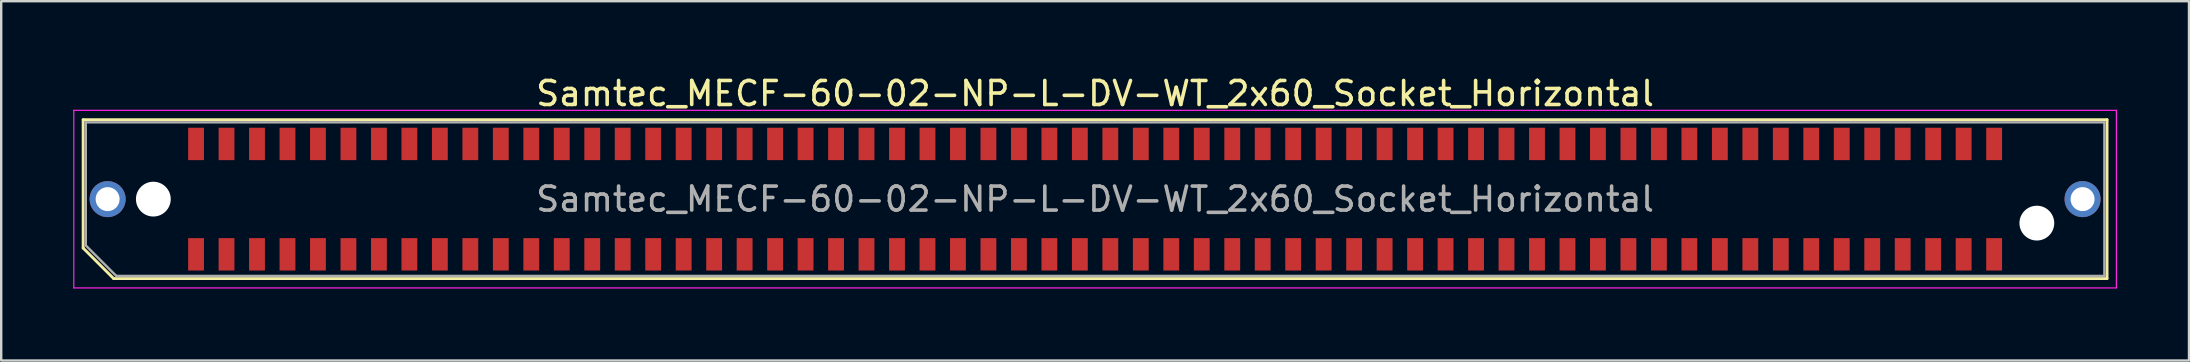
<source format=kicad_pcb>
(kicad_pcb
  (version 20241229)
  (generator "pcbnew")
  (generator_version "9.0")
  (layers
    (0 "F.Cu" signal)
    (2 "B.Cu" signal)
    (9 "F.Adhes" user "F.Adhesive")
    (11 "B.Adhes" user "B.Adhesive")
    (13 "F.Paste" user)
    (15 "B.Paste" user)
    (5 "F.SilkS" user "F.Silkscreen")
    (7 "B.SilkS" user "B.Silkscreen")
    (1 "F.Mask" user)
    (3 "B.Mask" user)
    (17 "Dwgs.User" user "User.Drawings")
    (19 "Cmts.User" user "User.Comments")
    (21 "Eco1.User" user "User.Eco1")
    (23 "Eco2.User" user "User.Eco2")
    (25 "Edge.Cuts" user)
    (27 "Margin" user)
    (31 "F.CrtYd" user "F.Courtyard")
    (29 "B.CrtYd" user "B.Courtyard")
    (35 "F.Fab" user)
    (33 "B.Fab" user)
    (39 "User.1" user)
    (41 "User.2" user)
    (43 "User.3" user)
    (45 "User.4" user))
  (footprint "Samtec_MECF-60-02-NP-L-DV-WT_2x60_Socket_Horizontal"
    (layer "F.Cu")
    (at 42.585 5.248)
    (property "Reference" "Samtec_MECF-60-02-NP-L-DV-WT_2x60_Socket_Horizontal" (at 0 -4.4 0) (layer "F.SilkS") (effects (font (size 1 1) (thickness 0.15))))
    (attr smd)
    (fp_line (start -42.17 -3.31) (end 42.17 -3.31) (stroke (width 0.12) (type solid)) (layer "F.SilkS"))
    (fp_line (start -42.17 2.04) (end -42.17 -3.31) (stroke (width 0.12) (type solid)) (layer "F.SilkS"))
    (fp_line (start -40.9 3.31) (end -42.17 2.04) (stroke (width 0.12) (type solid)) (layer "F.SilkS"))
    (fp_line (start -40.9 3.31) (end 42.17 3.31) (stroke (width 0.12) (type solid)) (layer "F.SilkS"))
    (fp_line (start 42.17 3.31) (end 42.17 -3.31) (stroke (width 0.12) (type solid)) (layer "F.SilkS"))
    (fp_line (start -42.56 -3.7) (end -42.56 3.7) (stroke (width 0.05) (type solid)) (layer "F.CrtYd"))
    (fp_line (start -42.56 3.7) (end 42.56 3.7) (stroke (width 0.05) (type solid)) (layer "F.CrtYd"))
    (fp_line (start 42.56 -3.7) (end -42.56 -3.7) (stroke (width 0.05) (type solid)) (layer "F.CrtYd"))
    (fp_line (start 42.56 3.7) (end 42.56 -3.7) (stroke (width 0.05) (type solid)) (layer "F.CrtYd"))
    (fp_line (start -42.06 -3.2) (end 42.06 -3.2) (stroke (width 0.1) (type solid)) (layer "F.Fab"))
    (fp_line (start -42.06 1.93) (end -42.06 -3.2) (stroke (width 0.1) (type solid)) (layer "F.Fab"))
    (fp_line (start -42.06 1.93) (end -40.79 3.2) (stroke (width 0.1) (type solid)) (layer "F.Fab"))
    (fp_line (start -40.79 3.2) (end 42.06 3.2) (stroke (width 0.1) (type solid)) (layer "F.Fab"))
    (fp_line (start 42.06 3.2) (end 42.06 -3.2) (stroke (width 0.1) (type solid)) (layer "F.Fab"))
    (fp_text user "${REFERENCE}" (at 0 0 0) (layer "F.Fab") (effects (font (size 1 1) (thickness 0.15))))
    (pad "" thru_hole circle (at -41.15 0) (size 1.5 1.5) (drill 1) (layers "*.Cu" "*.Mask"))
    (pad "" np_thru_hole circle (at -39.245 0) (size 1.45 1.45) (drill 1.45) (layers "*.Cu" "*.Mask"))
    (pad "" np_thru_hole circle (at 39.245 1) (size 1.45 1.45) (drill 1.45) (layers "*.Cu" "*.Mask"))
    (pad "" thru_hole circle (at 41.15 0) (size 1.5 1.5) (drill 1) (layers "*.Cu" "*.Mask"))
    (pad "1" smd rect (at -37.465 2.3) (size 0.66 1.35) (layers "F.Cu" "F.Mask" "F.Paste"))
    (pad "2" smd rect (at -37.465 -2.3) (size 0.66 1.35) (layers "F.Cu" "F.Mask" "F.Paste"))
    (pad "3" smd rect (at -36.195 2.3) (size 0.66 1.35) (layers "F.Cu" "F.Mask" "F.Paste"))
    (pad "4" smd rect (at -36.195 -2.3) (size 0.66 1.35) (layers "F.Cu" "F.Mask" "F.Paste"))
    (pad "5" smd rect (at -34.925 2.3) (size 0.66 1.35) (layers "F.Cu" "F.Mask" "F.Paste"))
    (pad "6" smd rect (at -34.925 -2.3) (size 0.66 1.35) (layers "F.Cu" "F.Mask" "F.Paste"))
    (pad "7" smd rect (at -33.655 2.3) (size 0.66 1.35) (layers "F.Cu" "F.Mask" "F.Paste"))
    (pad "8" smd rect (at -33.655 -2.3) (size 0.66 1.35) (layers "F.Cu" "F.Mask" "F.Paste"))
    (pad "9" smd rect (at -32.385 2.3) (size 0.66 1.35) (layers "F.Cu" "F.Mask" "F.Paste"))
    (pad "10" smd rect (at -32.385 -2.3) (size 0.66 1.35) (layers "F.Cu" "F.Mask" "F.Paste"))
    (pad "11" smd rect (at -31.115 2.3) (size 0.66 1.35) (layers "F.Cu" "F.Mask" "F.Paste"))
    (pad "12" smd rect (at -31.115 -2.3) (size 0.66 1.35) (layers "F.Cu" "F.Mask" "F.Paste"))
    (pad "13" smd rect (at -29.845 2.3) (size 0.66 1.35) (layers "F.Cu" "F.Mask" "F.Paste"))
    (pad "14" smd rect (at -29.845 -2.3) (size 0.66 1.35) (layers "F.Cu" "F.Mask" "F.Paste"))
    (pad "15" smd rect (at -28.575 2.3) (size 0.66 1.35) (layers "F.Cu" "F.Mask" "F.Paste"))
    (pad "16" smd rect (at -28.575 -2.3) (size 0.66 1.35) (layers "F.Cu" "F.Mask" "F.Paste"))
    (pad "17" smd rect (at -27.305 2.3) (size 0.66 1.35) (layers "F.Cu" "F.Mask" "F.Paste"))
    (pad "18" smd rect (at -27.305 -2.3) (size 0.66 1.35) (layers "F.Cu" "F.Mask" "F.Paste"))
    (pad "19" smd rect (at -26.035 2.3) (size 0.66 1.35) (layers "F.Cu" "F.Mask" "F.Paste"))
    (pad "20" smd rect (at -26.035 -2.3) (size 0.66 1.35) (layers "F.Cu" "F.Mask" "F.Paste"))
    (pad "21" smd rect (at -24.765 2.3) (size 0.66 1.35) (layers "F.Cu" "F.Mask" "F.Paste"))
    (pad "22" smd rect (at -24.765 -2.3) (size 0.66 1.35) (layers "F.Cu" "F.Mask" "F.Paste"))
    (pad "23" smd rect (at -23.495 2.3) (size 0.66 1.35) (layers "F.Cu" "F.Mask" "F.Paste"))
    (pad "24" smd rect (at -23.495 -2.3) (size 0.66 1.35) (layers "F.Cu" "F.Mask" "F.Paste"))
    (pad "25" smd rect (at -22.225 2.3) (size 0.66 1.35) (layers "F.Cu" "F.Mask" "F.Paste"))
    (pad "26" smd rect (at -22.225 -2.3) (size 0.66 1.35) (layers "F.Cu" "F.Mask" "F.Paste"))
    (pad "27" smd rect (at -20.955 2.3) (size 0.66 1.35) (layers "F.Cu" "F.Mask" "F.Paste"))
    (pad "28" smd rect (at -20.955 -2.3) (size 0.66 1.35) (layers "F.Cu" "F.Mask" "F.Paste"))
    (pad "29" smd rect (at -19.685 2.3) (size 0.66 1.35) (layers "F.Cu" "F.Mask" "F.Paste"))
    (pad "30" smd rect (at -19.685 -2.3) (size 0.66 1.35) (layers "F.Cu" "F.Mask" "F.Paste"))
    (pad "31" smd rect (at -18.415 2.3) (size 0.66 1.35) (layers "F.Cu" "F.Mask" "F.Paste"))
    (pad "32" smd rect (at -18.415 -2.3) (size 0.66 1.35) (layers "F.Cu" "F.Mask" "F.Paste"))
    (pad "33" smd rect (at -17.145 2.3) (size 0.66 1.35) (layers "F.Cu" "F.Mask" "F.Paste"))
    (pad "34" smd rect (at -17.145 -2.3) (size 0.66 1.35) (layers "F.Cu" "F.Mask" "F.Paste"))
    (pad "35" smd rect (at -15.875 2.3) (size 0.66 1.35) (layers "F.Cu" "F.Mask" "F.Paste"))
    (pad "36" smd rect (at -15.875 -2.3) (size 0.66 1.35) (layers "F.Cu" "F.Mask" "F.Paste"))
    (pad "37" smd rect (at -14.605 2.3) (size 0.66 1.35) (layers "F.Cu" "F.Mask" "F.Paste"))
    (pad "38" smd rect (at -14.605 -2.3) (size 0.66 1.35) (layers "F.Cu" "F.Mask" "F.Paste"))
    (pad "39" smd rect (at -13.335 2.3) (size 0.66 1.35) (layers "F.Cu" "F.Mask" "F.Paste"))
    (pad "40" smd rect (at -13.335 -2.3) (size 0.66 1.35) (layers "F.Cu" "F.Mask" "F.Paste"))
    (pad "41" smd rect (at -12.065 2.3) (size 0.66 1.35) (layers "F.Cu" "F.Mask" "F.Paste"))
    (pad "42" smd rect (at -12.065 -2.3) (size 0.66 1.35) (layers "F.Cu" "F.Mask" "F.Paste"))
    (pad "43" smd rect (at -10.795 2.3) (size 0.66 1.35) (layers "F.Cu" "F.Mask" "F.Paste"))
    (pad "44" smd rect (at -10.795 -2.3) (size 0.66 1.35) (layers "F.Cu" "F.Mask" "F.Paste"))
    (pad "45" smd rect (at -9.525 2.3) (size 0.66 1.35) (layers "F.Cu" "F.Mask" "F.Paste"))
    (pad "46" smd rect (at -9.525 -2.3) (size 0.66 1.35) (layers "F.Cu" "F.Mask" "F.Paste"))
    (pad "47" smd rect (at -8.255 2.3) (size 0.66 1.35) (layers "F.Cu" "F.Mask" "F.Paste"))
    (pad "48" smd rect (at -8.255 -2.3) (size 0.66 1.35) (layers "F.Cu" "F.Mask" "F.Paste"))
    (pad "49" smd rect (at -6.985 2.3) (size 0.66 1.35) (layers "F.Cu" "F.Mask" "F.Paste"))
    (pad "50" smd rect (at -6.985 -2.3) (size 0.66 1.35) (layers "F.Cu" "F.Mask" "F.Paste"))
    (pad "51" smd rect (at -5.715 2.3) (size 0.66 1.35) (layers "F.Cu" "F.Mask" "F.Paste"))
    (pad "52" smd rect (at -5.715 -2.3) (size 0.66 1.35) (layers "F.Cu" "F.Mask" "F.Paste"))
    (pad "53" smd rect (at -4.445 2.3) (size 0.66 1.35) (layers "F.Cu" "F.Mask" "F.Paste"))
    (pad "54" smd rect (at -4.445 -2.3) (size 0.66 1.35) (layers "F.Cu" "F.Mask" "F.Paste"))
    (pad "55" smd rect (at -3.175 2.3) (size 0.66 1.35) (layers "F.Cu" "F.Mask" "F.Paste"))
    (pad "56" smd rect (at -3.175 -2.3) (size 0.66 1.35) (layers "F.Cu" "F.Mask" "F.Paste"))
    (pad "57" smd rect (at -1.905 2.3) (size 0.66 1.35) (layers "F.Cu" "F.Mask" "F.Paste"))
    (pad "58" smd rect (at -1.905 -2.3) (size 0.66 1.35) (layers "F.Cu" "F.Mask" "F.Paste"))
    (pad "59" smd rect (at -0.635 2.3) (size 0.66 1.35) (layers "F.Cu" "F.Mask" "F.Paste"))
    (pad "60" smd rect (at -0.635 -2.3) (size 0.66 1.35) (layers "F.Cu" "F.Mask" "F.Paste"))
    (pad "61" smd rect (at 0.635 2.3) (size 0.66 1.35) (layers "F.Cu" "F.Mask" "F.Paste"))
    (pad "62" smd rect (at 0.635 -2.3) (size 0.66 1.35) (layers "F.Cu" "F.Mask" "F.Paste"))
    (pad "63" smd rect (at 1.905 2.3) (size 0.66 1.35) (layers "F.Cu" "F.Mask" "F.Paste"))
    (pad "64" smd rect (at 1.905 -2.3) (size 0.66 1.35) (layers "F.Cu" "F.Mask" "F.Paste"))
    (pad "65" smd rect (at 3.175 2.3) (size 0.66 1.35) (layers "F.Cu" "F.Mask" "F.Paste"))
    (pad "66" smd rect (at 3.175 -2.3) (size 0.66 1.35) (layers "F.Cu" "F.Mask" "F.Paste"))
    (pad "67" smd rect (at 4.445 2.3) (size 0.66 1.35) (layers "F.Cu" "F.Mask" "F.Paste"))
    (pad "68" smd rect (at 4.445 -2.3) (size 0.66 1.35) (layers "F.Cu" "F.Mask" "F.Paste"))
    (pad "69" smd rect (at 5.715 2.3) (size 0.66 1.35) (layers "F.Cu" "F.Mask" "F.Paste"))
    (pad "70" smd rect (at 5.715 -2.3) (size 0.66 1.35) (layers "F.Cu" "F.Mask" "F.Paste"))
    (pad "71" smd rect (at 6.985 2.3) (size 0.66 1.35) (layers "F.Cu" "F.Mask" "F.Paste"))
    (pad "72" smd rect (at 6.985 -2.3) (size 0.66 1.35) (layers "F.Cu" "F.Mask" "F.Paste"))
    (pad "73" smd rect (at 8.255 2.3) (size 0.66 1.35) (layers "F.Cu" "F.Mask" "F.Paste"))
    (pad "74" smd rect (at 8.255 -2.3) (size 0.66 1.35) (layers "F.Cu" "F.Mask" "F.Paste"))
    (pad "75" smd rect (at 9.525 2.3) (size 0.66 1.35) (layers "F.Cu" "F.Mask" "F.Paste"))
    (pad "76" smd rect (at 9.525 -2.3) (size 0.66 1.35) (layers "F.Cu" "F.Mask" "F.Paste"))
    (pad "77" smd rect (at 10.795 2.3) (size 0.66 1.35) (layers "F.Cu" "F.Mask" "F.Paste"))
    (pad "78" smd rect (at 10.795 -2.3) (size 0.66 1.35) (layers "F.Cu" "F.Mask" "F.Paste"))
    (pad "79" smd rect (at 12.065 2.3) (size 0.66 1.35) (layers "F.Cu" "F.Mask" "F.Paste"))
    (pad "80" smd rect (at 12.065 -2.3) (size 0.66 1.35) (layers "F.Cu" "F.Mask" "F.Paste"))
    (pad "81" smd rect (at 13.335 2.3) (size 0.66 1.35) (layers "F.Cu" "F.Mask" "F.Paste"))
    (pad "82" smd rect (at 13.335 -2.3) (size 0.66 1.35) (layers "F.Cu" "F.Mask" "F.Paste"))
    (pad "83" smd rect (at 14.605 2.3) (size 0.66 1.35) (layers "F.Cu" "F.Mask" "F.Paste"))
    (pad "84" smd rect (at 14.605 -2.3) (size 0.66 1.35) (layers "F.Cu" "F.Mask" "F.Paste"))
    (pad "85" smd rect (at 15.875 2.3) (size 0.66 1.35) (layers "F.Cu" "F.Mask" "F.Paste"))
    (pad "86" smd rect (at 15.875 -2.3) (size 0.66 1.35) (layers "F.Cu" "F.Mask" "F.Paste"))
    (pad "87" smd rect (at 17.145 2.3) (size 0.66 1.35) (layers "F.Cu" "F.Mask" "F.Paste"))
    (pad "88" smd rect (at 17.145 -2.3) (size 0.66 1.35) (layers "F.Cu" "F.Mask" "F.Paste"))
    (pad "89" smd rect (at 18.415 2.3) (size 0.66 1.35) (layers "F.Cu" "F.Mask" "F.Paste"))
    (pad "90" smd rect (at 18.415 -2.3) (size 0.66 1.35) (layers "F.Cu" "F.Mask" "F.Paste"))
    (pad "91" smd rect (at 19.685 2.3) (size 0.66 1.35) (layers "F.Cu" "F.Mask" "F.Paste"))
    (pad "92" smd rect (at 19.685 -2.3) (size 0.66 1.35) (layers "F.Cu" "F.Mask" "F.Paste"))
    (pad "93" smd rect (at 20.955 2.3) (size 0.66 1.35) (layers "F.Cu" "F.Mask" "F.Paste"))
    (pad "94" smd rect (at 20.955 -2.3) (size 0.66 1.35) (layers "F.Cu" "F.Mask" "F.Paste"))
    (pad "95" smd rect (at 22.225 2.3) (size 0.66 1.35) (layers "F.Cu" "F.Mask" "F.Paste"))
    (pad "96" smd rect (at 22.225 -2.3) (size 0.66 1.35) (layers "F.Cu" "F.Mask" "F.Paste"))
    (pad "97" smd rect (at 23.495 2.3) (size 0.66 1.35) (layers "F.Cu" "F.Mask" "F.Paste"))
    (pad "98" smd rect (at 23.495 -2.3) (size 0.66 1.35) (layers "F.Cu" "F.Mask" "F.Paste"))
    (pad "99" smd rect (at 24.765 2.3) (size 0.66 1.35) (layers "F.Cu" "F.Mask" "F.Paste"))
    (pad "100" smd rect (at 24.765 -2.3) (size 0.66 1.35) (layers "F.Cu" "F.Mask" "F.Paste"))
    (pad "101" smd rect (at 26.035 2.3) (size 0.66 1.35) (layers "F.Cu" "F.Mask" "F.Paste"))
    (pad "102" smd rect (at 26.035 -2.3) (size 0.66 1.35) (layers "F.Cu" "F.Mask" "F.Paste"))
    (pad "103" smd rect (at 27.305 2.3) (size 0.66 1.35) (layers "F.Cu" "F.Mask" "F.Paste"))
    (pad "104" smd rect (at 27.305 -2.3) (size 0.66 1.35) (layers "F.Cu" "F.Mask" "F.Paste"))
    (pad "105" smd rect (at 28.575 2.3) (size 0.66 1.35) (layers "F.Cu" "F.Mask" "F.Paste"))
    (pad "106" smd rect (at 28.575 -2.3) (size 0.66 1.35) (layers "F.Cu" "F.Mask" "F.Paste"))
    (pad "107" smd rect (at 29.845 2.3) (size 0.66 1.35) (layers "F.Cu" "F.Mask" "F.Paste"))
    (pad "108" smd rect (at 29.845 -2.3) (size 0.66 1.35) (layers "F.Cu" "F.Mask" "F.Paste"))
    (pad "109" smd rect (at 31.115 2.3) (size 0.66 1.35) (layers "F.Cu" "F.Mask" "F.Paste"))
    (pad "110" smd rect (at 31.115 -2.3) (size 0.66 1.35) (layers "F.Cu" "F.Mask" "F.Paste"))
    (pad "111" smd rect (at 32.385 2.3) (size 0.66 1.35) (layers "F.Cu" "F.Mask" "F.Paste"))
    (pad "112" smd rect (at 32.385 -2.3) (size 0.66 1.35) (layers "F.Cu" "F.Mask" "F.Paste"))
    (pad "113" smd rect (at 33.655 2.3) (size 0.66 1.35) (layers "F.Cu" "F.Mask" "F.Paste"))
    (pad "114" smd rect (at 33.655 -2.3) (size 0.66 1.35) (layers "F.Cu" "F.Mask" "F.Paste"))
    (pad "115" smd rect (at 34.925 2.3) (size 0.66 1.35) (layers "F.Cu" "F.Mask" "F.Paste"))
    (pad "116" smd rect (at 34.925 -2.3) (size 0.66 1.35) (layers "F.Cu" "F.Mask" "F.Paste"))
    (pad "117" smd rect (at 36.195 2.3) (size 0.66 1.35) (layers "F.Cu" "F.Mask" "F.Paste"))
    (pad "118" smd rect (at 36.195 -2.3) (size 0.66 1.35) (layers "F.Cu" "F.Mask" "F.Paste"))
    (pad "119" smd rect (at 37.465 2.3) (size 0.66 1.35) (layers "F.Cu" "F.Mask" "F.Paste"))
    (pad "120" smd rect (at 37.465 -2.3) (size 0.66 1.35) (layers "F.Cu" "F.Mask" "F.Paste")))
  (gr_rect
    (start -3 -3)
    (end 88.17 11.973)
    (stroke (width 0.1) (type default))
    (fill no)
    (layer "Edge.Cuts")))
</source>
